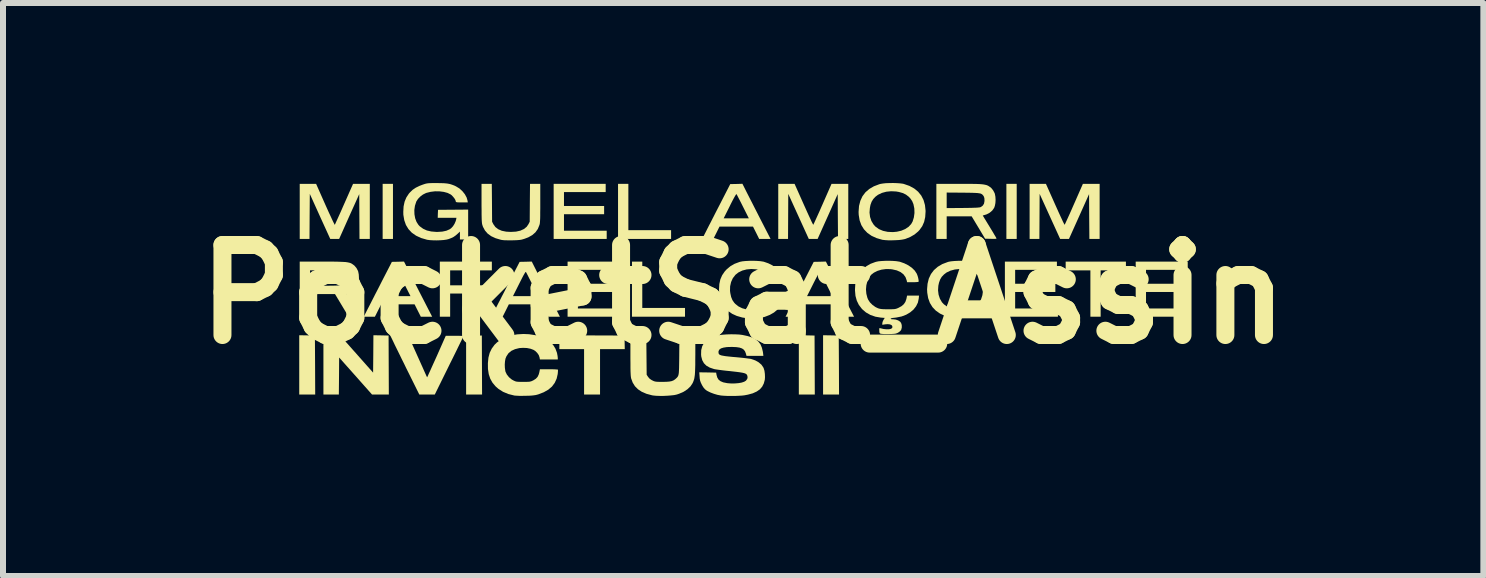
<source format=kicad_pcb>
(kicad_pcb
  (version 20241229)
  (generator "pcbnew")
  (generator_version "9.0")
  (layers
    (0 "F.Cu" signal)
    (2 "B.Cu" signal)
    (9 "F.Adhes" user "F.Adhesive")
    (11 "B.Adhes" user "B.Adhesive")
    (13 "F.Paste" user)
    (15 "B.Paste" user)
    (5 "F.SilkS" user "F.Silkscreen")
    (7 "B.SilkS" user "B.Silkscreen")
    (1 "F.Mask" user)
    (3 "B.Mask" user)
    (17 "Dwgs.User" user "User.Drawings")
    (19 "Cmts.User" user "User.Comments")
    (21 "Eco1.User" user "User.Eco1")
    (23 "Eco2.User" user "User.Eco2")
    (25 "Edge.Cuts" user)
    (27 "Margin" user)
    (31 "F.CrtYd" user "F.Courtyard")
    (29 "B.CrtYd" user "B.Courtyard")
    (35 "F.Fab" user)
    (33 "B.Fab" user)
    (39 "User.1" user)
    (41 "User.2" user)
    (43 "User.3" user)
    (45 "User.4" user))
  (footprint "PocketSat_Assin"
    (layer "F.Cu")
    (at 9.336 1.855)
    (property "Reference" "PocketSat_Assin" (at 0 0 0) (layer "F.SilkS") (effects (font (size 1.5 1.5) (thickness 0.3))))
    (attr board_only exclude_from_pos_files exclude_from_bom)
    (fp_poly (pts (xy -7.268 0.684) (xy -7.138 0.687) (xy -7.135 1.178) (xy -7.133 1.67) (xy -7.266 1.67) (xy -7.399 1.67) (xy -7.399 1.176) (xy -7.399 0.682)) (stroke (width 0) (type solid)) (fill yes) (layer "F.SilkS"))
    (fp_poly (pts (xy -5.837 -1.382) (xy -5.837 -0.923) (xy -5.923 -0.923) (xy -6.009 -0.923) (xy -6.009 -1.382) (xy -6.009 -1.841) (xy -5.923 -1.841) (xy -5.837 -1.841)) (stroke (width 0) (type solid)) (fill yes) (layer "F.SilkS"))
    (fp_poly (pts (xy -4.487 0.684) (xy -4.356 0.687) (xy -4.354 1.178) (xy -4.352 1.67) (xy -4.485 1.67) (xy -4.618 1.67) (xy -4.618 1.176) (xy -4.618 0.682)) (stroke (width 0) (type solid)) (fill yes) (layer "F.SilkS"))
    (fp_poly (pts (xy 1.058 0.684) (xy 1.189 0.687) (xy 1.191 1.178) (xy 1.193 1.67) (xy 1.06 1.67) (xy 0.927 1.67) (xy 0.927 1.176) (xy 0.927 0.682)) (stroke (width 0) (type solid)) (fill yes) (layer "F.SilkS"))
    (fp_poly (pts (xy 1.461 0.684) (xy 1.592 0.687) (xy 1.595 1.178) (xy 1.597 1.67) (xy 1.464 1.67) (xy 1.331 1.67) (xy 1.331 1.176) (xy 1.331 0.682)) (stroke (width 0) (type solid)) (fill yes) (layer "F.SilkS"))
    (fp_poly (pts (xy 4.558 -1.382) (xy 4.558 -0.923) (xy 4.472 -0.923) (xy 4.386 -0.923) (xy 4.386 -1.382) (xy 4.386 -1.841) (xy 4.472 -1.841) (xy 4.558 -1.841)) (stroke (width 0) (type solid)) (fill yes) (layer "F.SilkS"))
    (fp_poly (pts (xy -1.914 -1.455) (xy -1.914 -1.069) (xy -1.558 -1.069) (xy -1.202 -1.069) (xy -1.202 -0.996) (xy -1.202 -0.923) (xy -1.644 -0.923) (xy -2.086 -0.923) (xy -2.086 -1.382) (xy -2.086 -1.841) (xy -2 -1.841) (xy -1.914 -1.841)) (stroke (width 0) (type solid)) (fill yes) (layer "F.SilkS"))
    (fp_poly (pts (xy -1.682 -0.159) (xy -1.682 0.227) (xy -1.326 0.227) (xy -0.97 0.227) (xy -0.97 0.3) (xy -0.97 0.373) (xy -1.412 0.373) (xy -1.854 0.373) (xy -1.854 -0.086) (xy -1.854 -0.545) (xy -1.768 -0.545) (xy -1.682 -0.545)) (stroke (width 0) (type solid)) (fill yes) (layer "F.SilkS"))
    (fp_poly (pts (xy -2.522 0.685) (xy -1.979 0.687) (xy -1.976 0.8) (xy -1.974 0.914) (xy -2.18 0.914) (xy -2.386 0.914) (xy -2.386 1.292) (xy -2.386 1.67) (xy -2.519 1.67) (xy -2.652 1.67) (xy -2.652 1.292) (xy -2.652 0.914) (xy -2.858 0.914) (xy -3.064 0.914) (xy -3.064 0.798) (xy -3.064 0.682)) (stroke (width 0) (type solid)) (fill yes) (layer "F.SilkS"))
    (fp_poly (pts (xy 6.378 -0.472) (xy 6.378 -0.399) (xy 6.168 -0.399) (xy 5.957 -0.399) (xy 5.957 -0.013) (xy 5.957 0.373) (xy 5.871 0.373) (xy 5.786 0.373) (xy 5.786 -0.013) (xy 5.786 -0.399) (xy 5.58 -0.399) (xy 5.374 -0.399) (xy 5.374 -0.472) (xy 5.374 -0.545) (xy 5.876 -0.545) (xy 6.378 -0.545)) (stroke (width 0) (type solid)) (fill yes) (layer "F.SilkS"))
    (fp_poly (pts (xy -4.189 -0.472) (xy -4.189 -0.399) (xy -4.537 -0.399) (xy -4.884 -0.399) (xy -4.884 -0.275) (xy -4.884 -0.15) (xy -4.55 -0.15) (xy -4.215 -0.15) (xy -4.215 -0.082) (xy -4.215 -0.013) (xy -4.55 -0.013) (xy -4.884 -0.013) (xy -4.884 0.18) (xy -4.884 0.373) (xy -4.97 0.373) (xy -5.056 0.373) (xy -5.056 -0.086) (xy -5.056 -0.545) (xy -4.622 -0.545) (xy -4.189 -0.545)) (stroke (width 0) (type solid)) (fill yes) (layer "F.SilkS"))
    (fp_poly (pts (xy -2.292 -1.773) (xy -2.292 -1.704) (xy -2.64 -1.704) (xy -2.987 -1.704) (xy -2.987 -1.588) (xy -2.987 -1.472) (xy -2.652 -1.472) (xy -2.318 -1.472) (xy -2.318 -1.403) (xy -2.318 -1.335) (xy -2.652 -1.335) (xy -2.987 -1.335) (xy -2.987 -1.197) (xy -2.987 -1.06) (xy -2.631 -1.06) (xy -2.275 -1.06) (xy -2.275 -0.991) (xy -2.275 -0.923) (xy -2.717 -0.923) (xy -3.159 -0.923) (xy -3.159 -1.382) (xy -3.159 -1.841) (xy -2.725 -1.841) (xy -2.292 -1.841)) (stroke (width 0) (type solid)) (fill yes) (layer "F.SilkS"))
    (fp_poly (pts (xy -2.06 -0.476) (xy -2.06 -0.408) (xy -2.408 -0.408) (xy -2.755 -0.408) (xy -2.755 -0.292) (xy -2.755 -0.176) (xy -2.421 -0.176) (xy -2.086 -0.176) (xy -2.086 -0.107) (xy -2.086 -0.039) (xy -2.421 -0.039) (xy -2.755 -0.039) (xy -2.755 0.099) (xy -2.755 0.236) (xy -2.399 0.236) (xy -2.043 0.236) (xy -2.043 0.305) (xy -2.043 0.373) (xy -2.485 0.373) (xy -2.927 0.373) (xy -2.927 -0.086) (xy -2.927 -0.545) (xy -2.494 -0.545) (xy -2.06 -0.545)) (stroke (width 0) (type solid)) (fill yes) (layer "F.SilkS"))
    (fp_poly (pts (xy 5.228 -0.476) (xy 5.228 -0.408) (xy 4.88 -0.408) (xy 4.532 -0.408) (xy 4.532 -0.292) (xy 4.532 -0.176) (xy 4.867 -0.176) (xy 5.202 -0.176) (xy 5.202 -0.107) (xy 5.202 -0.039) (xy 4.867 -0.039) (xy 4.532 -0.039) (xy 4.532 0.099) (xy 4.532 0.236) (xy 4.889 0.236) (xy 5.245 0.236) (xy 5.245 0.305) (xy 5.245 0.373) (xy 4.803 0.373) (xy 4.361 0.373) (xy 4.361 -0.086) (xy 4.361 -0.545) (xy 4.794 -0.545) (xy 5.228 -0.545)) (stroke (width 0) (type solid)) (fill yes) (layer "F.SilkS"))
    (fp_poly (pts (xy 7.408 -0.476) (xy 7.408 -0.408) (xy 7.06 -0.408) (xy 6.713 -0.408) (xy 6.713 -0.292) (xy 6.713 -0.176) (xy 7.047 -0.176) (xy 7.382 -0.176) (xy 7.382 -0.107) (xy 7.382 -0.039) (xy 7.047 -0.039) (xy 6.713 -0.039) (xy 6.713 0.099) (xy 6.713 0.236) (xy 7.069 0.236) (xy 7.425 0.236) (xy 7.425 0.305) (xy 7.425 0.373) (xy 6.983 0.373) (xy 6.541 0.373) (xy 6.541 -0.086) (xy 6.541 -0.545) (xy 6.974 -0.545) (xy 7.408 -0.545)) (stroke (width 0) (type solid)) (fill yes) (layer "F.SilkS"))
    (fp_poly (pts (xy -6.037 0.684) (xy -5.91 0.687) (xy -5.908 1.178) (xy -5.906 1.67) (xy -6.046 1.67) (xy -6.186 1.67) (xy -6.46 1.361) (xy -6.734 1.053) (xy -6.736 1.361) (xy -6.739 1.67) (xy -6.867 1.67) (xy -6.996 1.67) (xy -6.996 1.176) (xy -6.996 0.682) (xy -6.859 0.682) (xy -6.722 0.682) (xy -6.696 0.71) (xy -6.685 0.723) (xy -6.664 0.746) (xy -6.634 0.78) (xy -6.596 0.822) (xy -6.553 0.871) (xy -6.505 0.925) (xy -6.453 0.983) (xy -6.419 1.022) (xy -6.168 1.305) (xy -6.165 0.994) (xy -6.163 0.682)) (stroke (width 0) (type solid)) (fill yes) (layer "F.SilkS"))
    (fp_poly (pts (xy -6.966 -1.498) (xy -6.934 -1.427) (xy -6.904 -1.36) (xy -6.876 -1.301) (xy -6.853 -1.25) (xy -6.833 -1.208) (xy -6.818 -1.179) (xy -6.81 -1.162) (xy -6.807 -1.159) (xy -6.802 -1.167) (xy -6.792 -1.19) (xy -6.776 -1.225) (xy -6.755 -1.271) (xy -6.73 -1.326) (xy -6.702 -1.388) (xy -6.672 -1.457) (xy -6.652 -1.502) (xy -6.502 -1.841) (xy -6.363 -1.841) (xy -6.223 -1.841) (xy -6.223 -1.382) (xy -6.223 -0.923) (xy -6.309 -0.923) (xy -6.395 -0.923) (xy -6.397 -1.296) (xy -6.399 -1.67) (xy -6.567 -1.297) (xy -6.734 -0.923) (xy -6.808 -0.923) (xy -6.882 -0.923) (xy -7.053 -1.298) (xy -7.223 -1.674) (xy -7.226 -1.298) (xy -7.228 -0.923) (xy -7.309 -0.923) (xy -7.391 -0.923) (xy -7.391 -1.382) (xy -7.391 -1.841) (xy -7.254 -1.841) (xy -7.118 -1.841)) (stroke (width 0) (type solid)) (fill yes) (layer "F.SilkS"))
    (fp_poly (pts (xy 1.009 -1.498) (xy 1.041 -1.427) (xy 1.071 -1.36) (xy 1.098 -1.301) (xy 1.122 -1.25) (xy 1.141 -1.208) (xy 1.156 -1.179) (xy 1.165 -1.162) (xy 1.167 -1.159) (xy 1.172 -1.167) (xy 1.183 -1.19) (xy 1.199 -1.225) (xy 1.22 -1.271) (xy 1.245 -1.326) (xy 1.273 -1.388) (xy 1.303 -1.457) (xy 1.323 -1.502) (xy 1.472 -1.841) (xy 1.612 -1.841) (xy 1.751 -1.841) (xy 1.751 -1.382) (xy 1.751 -0.923) (xy 1.665 -0.923) (xy 1.58 -0.923) (xy 1.577 -1.296) (xy 1.575 -1.67) (xy 1.408 -1.297) (xy 1.24 -0.923) (xy 1.167 -0.923) (xy 1.093 -0.923) (xy 0.922 -1.298) (xy 0.751 -1.674) (xy 0.749 -1.298) (xy 0.747 -0.923) (xy 0.665 -0.923) (xy 0.584 -0.923) (xy 0.584 -1.382) (xy 0.584 -1.841) (xy 0.72 -1.841) (xy 0.856 -1.841)) (stroke (width 0) (type solid)) (fill yes) (layer "F.SilkS"))
    (fp_poly (pts (xy 5.198 -1.498) (xy 5.23 -1.427) (xy 5.26 -1.36) (xy 5.287 -1.301) (xy 5.311 -1.25) (xy 5.33 -1.208) (xy 5.345 -1.179) (xy 5.354 -1.162) (xy 5.356 -1.159) (xy 5.361 -1.167) (xy 5.372 -1.19) (xy 5.388 -1.225) (xy 5.409 -1.271) (xy 5.434 -1.326) (xy 5.462 -1.388) (xy 5.492 -1.457) (xy 5.512 -1.502) (xy 5.661 -1.841) (xy 5.801 -1.841) (xy 5.94 -1.841) (xy 5.94 -1.382) (xy 5.94 -0.923) (xy 5.854 -0.923) (xy 5.769 -0.923) (xy 5.766 -1.296) (xy 5.764 -1.67) (xy 5.597 -1.297) (xy 5.429 -0.923) (xy 5.356 -0.923) (xy 5.282 -0.923) (xy 5.111 -1.298) (xy 4.94 -1.674) (xy 4.938 -1.298) (xy 4.936 -0.923) (xy 4.854 -0.923) (xy 4.773 -0.923) (xy 4.773 -1.382) (xy 4.773 -1.841) (xy 4.909 -1.841) (xy 5.045 -1.841)) (stroke (width 0) (type solid)) (fill yes) (layer "F.SilkS"))
    (fp_poly (pts (xy -5.729 0.693) (xy -5.578 0.695) (xy -5.424 1.038) (xy -5.392 1.109) (xy -5.362 1.176) (xy -5.335 1.236) (xy -5.312 1.288) (xy -5.293 1.33) (xy -5.279 1.361) (xy -5.27 1.379) (xy -5.268 1.383) (xy -5.264 1.376) (xy -5.254 1.355) (xy -5.239 1.321) (xy -5.218 1.276) (xy -5.194 1.222) (xy -5.166 1.16) (xy -5.135 1.092) (xy -5.111 1.039) (xy -4.957 0.691) (xy -4.809 0.691) (xy -4.761 0.691) (xy -4.719 0.692) (xy -4.687 0.693) (xy -4.667 0.694) (xy -4.661 0.695) (xy -4.665 0.704) (xy -4.675 0.726) (xy -4.692 0.761) (xy -4.715 0.807) (xy -4.743 0.864) (xy -4.775 0.93) (xy -4.811 1.003) (xy -4.85 1.082) (xy -4.892 1.166) (xy -4.901 1.185) (xy -5.14 1.67) (xy -5.269 1.67) (xy -5.398 1.67) (xy -5.576 1.311) (xy -5.615 1.233) (xy -5.653 1.154) (xy -5.691 1.078) (xy -5.726 1.006) (xy -5.758 0.941) (xy -5.785 0.886) (xy -5.807 0.842) (xy -5.816 0.822) (xy -5.879 0.691)) (stroke (width 0) (type solid)) (fill yes) (layer "F.SilkS"))
    (fp_poly (pts (xy -5.573 -0.389) (xy -5.551 -0.344) (xy -5.522 -0.287) (xy -5.488 -0.22) (xy -5.451 -0.148) (xy -5.412 -0.071) (xy -5.373 0.005) (xy -5.339 0.071) (xy -5.184 0.373) (xy -5.279 0.373) (xy -5.373 0.373) (xy -5.425 0.27) (xy -5.477 0.167) (xy -5.756 0.167) (xy -6.034 0.167) (xy -6.086 0.27) (xy -6.138 0.373) (xy -6.231 0.373) (xy -6.324 0.373) (xy -6.255 0.238) (xy -6.235 0.2) (xy -6.209 0.149) (xy -6.178 0.088) (xy -6.148 0.03) (xy -5.966 0.03) (xy -5.756 0.03) (xy -5.545 0.03) (xy -5.644 -0.165) (xy -5.671 -0.219) (xy -5.696 -0.268) (xy -5.717 -0.31) (xy -5.734 -0.343) (xy -5.746 -0.365) (xy -5.75 -0.373) (xy -5.755 -0.372) (xy -5.764 -0.362) (xy -5.777 -0.34) (xy -5.796 -0.307) (xy -5.82 -0.26) (xy -5.851 -0.199) (xy -5.862 -0.177) (xy -5.966 0.03) (xy -6.148 0.03) (xy -6.143 0.019) (xy -6.105 -0.054) (xy -6.066 -0.13) (xy -6.028 -0.205) (xy -6.021 -0.219) (xy -5.855 -0.541) (xy -5.754 -0.543) (xy -5.653 -0.546)) (stroke (width 0) (type solid)) (fill yes) (layer "F.SilkS"))
    (fp_poly (pts (xy -3.445 -0.389) (xy -3.422 -0.344) (xy -3.393 -0.287) (xy -3.359 -0.22) (xy -3.322 -0.148) (xy -3.283 -0.071) (xy -3.244 0.005) (xy -3.21 0.071) (xy -3.055 0.373) (xy -3.15 0.373) (xy -3.245 0.373) (xy -3.296 0.27) (xy -3.348 0.167) (xy -3.627 0.167) (xy -3.906 0.167) (xy -3.957 0.27) (xy -4.009 0.373) (xy -4.102 0.373) (xy -4.195 0.373) (xy -4.126 0.238) (xy -4.107 0.2) (xy -4.081 0.149) (xy -4.049 0.088) (xy -4.02 0.03) (xy -3.837 0.03) (xy -3.627 0.03) (xy -3.416 0.03) (xy -3.515 -0.165) (xy -3.542 -0.219) (xy -3.567 -0.268) (xy -3.588 -0.31) (xy -3.605 -0.343) (xy -3.617 -0.365) (xy -3.621 -0.373) (xy -3.626 -0.372) (xy -3.635 -0.362) (xy -3.648 -0.34) (xy -3.667 -0.307) (xy -3.691 -0.26) (xy -3.722 -0.199) (xy -3.733 -0.177) (xy -3.837 0.03) (xy -4.02 0.03) (xy -4.014 0.019) (xy -3.976 -0.054) (xy -3.938 -0.13) (xy -3.899 -0.205) (xy -3.892 -0.219) (xy -3.726 -0.541) (xy -3.625 -0.543) (xy -3.524 -0.546)) (stroke (width 0) (type solid)) (fill yes) (layer "F.SilkS"))
    (fp_poly (pts (xy 0.066 -1.685) (xy 0.089 -1.64) (xy 0.118 -1.583) (xy 0.152 -1.517) (xy 0.189 -1.444) (xy 0.228 -1.368) (xy 0.267 -1.291) (xy 0.301 -1.225) (xy 0.456 -0.923) (xy 0.361 -0.923) (xy 0.266 -0.923) (xy 0.215 -1.026) (xy 0.163 -1.129) (xy -0.116 -1.129) (xy -0.395 -1.129) (xy -0.446 -1.026) (xy -0.498 -0.923) (xy -0.591 -0.923) (xy -0.684 -0.923) (xy -0.615 -1.058) (xy -0.596 -1.096) (xy -0.57 -1.147) (xy -0.538 -1.208) (xy -0.509 -1.266) (xy -0.326 -1.266) (xy -0.116 -1.266) (xy 0.094 -1.266) (xy -0.004 -1.461) (xy -0.031 -1.515) (xy -0.056 -1.564) (xy -0.078 -1.606) (xy -0.095 -1.639) (xy -0.106 -1.661) (xy -0.11 -1.669) (xy -0.115 -1.668) (xy -0.124 -1.658) (xy -0.137 -1.637) (xy -0.156 -1.603) (xy -0.181 -1.556) (xy -0.212 -1.495) (xy -0.222 -1.474) (xy -0.326 -1.266) (xy -0.509 -1.266) (xy -0.503 -1.277) (xy -0.466 -1.35) (xy -0.427 -1.426) (xy -0.388 -1.501) (xy -0.381 -1.515) (xy -0.216 -1.837) (xy -0.114 -1.839) (xy -0.013 -1.842)) (stroke (width 0) (type solid)) (fill yes) (layer "F.SilkS"))
    (fp_poly (pts (xy 1.457 -0.389) (xy 1.479 -0.344) (xy 1.508 -0.287) (xy 1.542 -0.22) (xy 1.579 -0.148) (xy 1.618 -0.071) (xy 1.658 0.005) (xy 1.691 0.071) (xy 1.847 0.373) (xy 1.752 0.373) (xy 1.657 0.373) (xy 1.605 0.27) (xy 1.554 0.167) (xy 1.275 0.167) (xy 0.996 0.167) (xy 0.944 0.27) (xy 0.893 0.373) (xy 0.799 0.373) (xy 0.706 0.373) (xy 0.775 0.238) (xy 0.795 0.2) (xy 0.821 0.149) (xy 0.852 0.088) (xy 0.882 0.03) (xy 1.064 0.03) (xy 1.275 0.03) (xy 1.485 0.03) (xy 1.387 -0.165) (xy 1.36 -0.219) (xy 1.335 -0.268) (xy 1.313 -0.31) (xy 1.296 -0.343) (xy 1.285 -0.365) (xy 1.28 -0.373) (xy 1.275 -0.372) (xy 1.267 -0.362) (xy 1.253 -0.34) (xy 1.235 -0.307) (xy 1.21 -0.26) (xy 1.179 -0.199) (xy 1.168 -0.177) (xy 1.064 0.03) (xy 0.882 0.03) (xy 0.887 0.019) (xy 0.925 -0.054) (xy 0.964 -0.13) (xy 1.003 -0.205) (xy 1.01 -0.219) (xy 1.175 -0.541) (xy 1.276 -0.543) (xy 1.378 -0.546)) (stroke (width 0) (type solid)) (fill yes) (layer "F.SilkS"))
    (fp_poly (pts (xy -4.187 -1.526) (xy -4.185 -1.21) (xy -4.163 -1.167) (xy -4.13 -1.121) (xy -4.083 -1.085) (xy -4.023 -1.059) (xy -3.949 -1.044) (xy -3.871 -1.04) (xy -3.786 -1.045) (xy -3.714 -1.061) (xy -3.655 -1.088) (xy -3.609 -1.125) (xy -3.58 -1.167) (xy -3.558 -1.21) (xy -3.556 -1.526) (xy -3.553 -1.841) (xy -3.468 -1.841) (xy -3.382 -1.841) (xy -3.382 -1.521) (xy -3.382 -1.435) (xy -3.383 -1.364) (xy -3.383 -1.307) (xy -3.384 -1.262) (xy -3.386 -1.226) (xy -3.388 -1.199) (xy -3.39 -1.178) (xy -3.394 -1.162) (xy -3.396 -1.155) (xy -3.423 -1.089) (xy -3.462 -1.034) (xy -3.514 -0.988) (xy -3.581 -0.95) (xy -3.644 -0.926) (xy -3.673 -0.917) (xy -3.7 -0.91) (xy -3.728 -0.906) (xy -3.763 -0.903) (xy -3.808 -0.901) (xy -3.85 -0.9) (xy -3.92 -0.9) (xy -3.976 -0.901) (xy -4.018 -0.905) (xy -4.039 -0.909) (xy -4.127 -0.935) (xy -4.2 -0.969) (xy -4.259 -1.012) (xy -4.304 -1.064) (xy -4.337 -1.125) (xy -4.347 -1.155) (xy -4.351 -1.169) (xy -4.354 -1.188) (xy -4.356 -1.211) (xy -4.358 -1.242) (xy -4.359 -1.282) (xy -4.36 -1.333) (xy -4.36 -1.396) (xy -4.361 -1.474) (xy -4.361 -1.521) (xy -4.361 -1.841) (xy -4.275 -1.841) (xy -4.19 -1.841)) (stroke (width 0) (type solid)) (fill yes) (layer "F.SilkS"))
    (fp_poly (pts (xy -1.612 1.016) (xy -1.609 1.34) (xy -1.585 1.377) (xy -1.559 1.407) (xy -1.523 1.431) (xy -1.512 1.436) (xy -1.492 1.446) (xy -1.473 1.452) (xy -1.452 1.456) (xy -1.426 1.458) (xy -1.39 1.459) (xy -1.343 1.459) (xy -1.281 1.458) (xy -1.232 1.454) (xy -1.194 1.447) (xy -1.163 1.435) (xy -1.137 1.418) (xy -1.122 1.405) (xy -1.108 1.392) (xy -1.098 1.381) (xy -1.089 1.368) (xy -1.082 1.353) (xy -1.077 1.334) (xy -1.073 1.308) (xy -1.071 1.275) (xy -1.069 1.231) (xy -1.068 1.176) (xy -1.067 1.108) (xy -1.066 1.024) (xy -1.066 1.011) (xy -1.063 0.691) (xy -0.931 0.691) (xy -0.798 0.691) (xy -0.798 1.006) (xy -0.799 1.1) (xy -0.799 1.178) (xy -0.801 1.243) (xy -0.803 1.297) (xy -0.806 1.341) (xy -0.811 1.377) (xy -0.816 1.407) (xy -0.824 1.433) (xy -0.833 1.457) (xy -0.843 1.48) (xy -0.878 1.533) (xy -0.928 1.581) (xy -0.991 1.623) (xy -1.066 1.656) (xy -1.107 1.67) (xy -1.148 1.679) (xy -1.202 1.685) (xy -1.264 1.69) (xy -1.329 1.693) (xy -1.393 1.693) (xy -1.452 1.691) (xy -1.501 1.686) (xy -1.519 1.683) (xy -1.612 1.658) (xy -1.689 1.625) (xy -1.753 1.583) (xy -1.804 1.532) (xy -1.842 1.471) (xy -1.868 1.4) (xy -1.868 1.399) (xy -1.871 1.383) (xy -1.874 1.358) (xy -1.876 1.324) (xy -1.878 1.279) (xy -1.879 1.222) (xy -1.879 1.151) (xy -1.88 1.064) (xy -1.88 1.024) (xy -1.88 0.691) (xy -1.747 0.691) (xy -1.615 0.691)) (stroke (width 0) (type solid)) (fill yes) (layer "F.SilkS"))
    (fp_poly (pts (xy -6.92 -0.545) (xy -6.837 -0.545) (xy -6.768 -0.544) (xy -6.712 -0.542) (xy -6.666 -0.54) (xy -6.628 -0.538) (xy -6.599 -0.534) (xy -6.574 -0.529) (xy -6.554 -0.524) (xy -6.536 -0.517) (xy -6.523 -0.51) (xy -6.481 -0.48) (xy -6.445 -0.438) (xy -6.42 -0.39) (xy -6.416 -0.377) (xy -6.407 -0.331) (xy -6.404 -0.278) (xy -6.407 -0.226) (xy -6.415 -0.178) (xy -6.428 -0.145) (xy -6.459 -0.101) (xy -6.502 -0.064) (xy -6.553 -0.037) (xy -6.568 -0.032) (xy -6.618 -0.016) (xy -6.505 0.168) (xy -6.474 0.219) (xy -6.446 0.265) (xy -6.422 0.305) (xy -6.404 0.336) (xy -6.392 0.356) (xy -6.389 0.363) (xy -6.39 0.368) (xy -6.401 0.371) (xy -6.424 0.372) (xy -6.46 0.372) (xy -6.482 0.372) (xy -6.579 0.369) (xy -6.691 0.182) (xy -6.803 -0.004) (xy -7.011 -0.004) (xy -7.219 -0.004) (xy -7.219 0.185) (xy -7.219 0.373) (xy -7.305 0.373) (xy -7.391 0.373) (xy -7.391 -0.086) (xy -7.391 -0.27) (xy -7.219 -0.27) (xy -7.219 -0.141) (xy -6.947 -0.143) (xy -6.868 -0.144) (xy -6.804 -0.145) (xy -6.754 -0.147) (xy -6.716 -0.148) (xy -6.688 -0.15) (xy -6.668 -0.153) (xy -6.655 -0.156) (xy -6.649 -0.159) (xy -6.616 -0.183) (xy -6.597 -0.215) (xy -6.589 -0.258) (xy -6.588 -0.27) (xy -6.591 -0.307) (xy -6.598 -0.332) (xy -6.606 -0.345) (xy -6.616 -0.358) (xy -6.627 -0.369) (xy -6.639 -0.377) (xy -6.656 -0.383) (xy -6.678 -0.388) (xy -6.708 -0.392) (xy -6.748 -0.394) (xy -6.799 -0.396) (xy -6.864 -0.397) (xy -6.944 -0.398) (xy -6.947 -0.398) (xy -7.219 -0.4) (xy -7.219 -0.27) (xy -7.391 -0.27) (xy -7.391 -0.545) (xy -7.018 -0.545)) (stroke (width 0) (type solid)) (fill yes) (layer "F.SilkS"))
    (fp_poly (pts (xy 3.69 -1.841) (xy 3.773 -1.841) (xy 3.842 -1.84) (xy 3.898 -1.839) (xy 3.944 -1.837) (xy 3.981 -1.834) (xy 4.011 -1.83) (xy 4.035 -1.825) (xy 4.056 -1.82) (xy 4.073 -1.813) (xy 4.087 -1.806) (xy 4.129 -1.777) (xy 4.164 -1.735) (xy 4.19 -1.686) (xy 4.194 -1.673) (xy 4.203 -1.627) (xy 4.206 -1.574) (xy 4.203 -1.522) (xy 4.194 -1.475) (xy 4.182 -1.441) (xy 4.151 -1.397) (xy 4.108 -1.36) (xy 4.057 -1.333) (xy 4.042 -1.328) (xy 3.992 -1.313) (xy 4.105 -1.128) (xy 4.136 -1.077) (xy 4.164 -1.031) (xy 4.187 -0.991) (xy 4.206 -0.96) (xy 4.217 -0.94) (xy 4.221 -0.933) (xy 4.219 -0.928) (xy 4.208 -0.925) (xy 4.186 -0.924) (xy 4.149 -0.924) (xy 4.128 -0.925) (xy 4.031 -0.927) (xy 3.919 -1.114) (xy 3.807 -1.3) (xy 3.599 -1.3) (xy 3.391 -1.3) (xy 3.391 -1.112) (xy 3.391 -0.923) (xy 3.305 -0.923) (xy 3.219 -0.923) (xy 3.219 -1.382) (xy 3.219 -1.567) (xy 3.391 -1.567) (xy 3.391 -1.437) (xy 3.663 -1.439) (xy 3.742 -1.44) (xy 3.806 -1.441) (xy 3.856 -1.443) (xy 3.894 -1.444) (xy 3.922 -1.447) (xy 3.942 -1.449) (xy 3.955 -1.453) (xy 3.961 -1.455) (xy 3.993 -1.479) (xy 4.013 -1.511) (xy 4.021 -1.554) (xy 4.021 -1.567) (xy 4.019 -1.603) (xy 4.011 -1.628) (xy 4.004 -1.641) (xy 3.993 -1.654) (xy 3.983 -1.665) (xy 3.97 -1.673) (xy 3.954 -1.68) (xy 3.931 -1.684) (xy 3.901 -1.688) (xy 3.862 -1.69) (xy 3.81 -1.692) (xy 3.746 -1.693) (xy 3.666 -1.694) (xy 3.663 -1.694) (xy 3.391 -1.696) (xy 3.391 -1.567) (xy 3.219 -1.567) (xy 3.219 -1.841) (xy 3.592 -1.841)) (stroke (width 0) (type solid)) (fill yes) (layer "F.SilkS"))
    (fp_poly (pts (xy 2.56 -1.853) (xy 2.616 -1.849) (xy 2.662 -1.843) (xy 2.678 -1.839) (xy 2.77 -1.807) (xy 2.849 -1.764) (xy 2.915 -1.71) (xy 2.967 -1.646) (xy 3.005 -1.572) (xy 3.029 -1.488) (xy 3.039 -1.395) (xy 3.039 -1.378) (xy 3.033 -1.287) (xy 3.015 -1.207) (xy 2.984 -1.136) (xy 2.939 -1.073) (xy 2.915 -1.047) (xy 2.855 -0.997) (xy 2.784 -0.956) (xy 2.705 -0.924) (xy 2.682 -0.918) (xy 2.645 -0.911) (xy 2.596 -0.905) (xy 2.539 -0.902) (xy 2.478 -0.9) (xy 2.419 -0.9) (xy 2.367 -0.903) (xy 2.325 -0.908) (xy 2.318 -0.909) (xy 2.222 -0.937) (xy 2.139 -0.975) (xy 2.069 -1.024) (xy 2.012 -1.084) (xy 1.969 -1.153) (xy 1.94 -1.233) (xy 1.925 -1.323) (xy 1.923 -1.363) (xy 2.105 -1.363) (xy 2.114 -1.29) (xy 2.136 -1.223) (xy 2.171 -1.165) (xy 2.203 -1.129) (xy 2.261 -1.087) (xy 2.33 -1.058) (xy 2.408 -1.041) (xy 2.493 -1.037) (xy 2.56 -1.043) (xy 2.634 -1.06) (xy 2.7 -1.088) (xy 2.756 -1.125) (xy 2.799 -1.171) (xy 2.823 -1.213) (xy 2.844 -1.281) (xy 2.854 -1.355) (xy 2.852 -1.428) (xy 2.85 -1.439) (xy 2.837 -1.502) (xy 2.816 -1.553) (xy 2.787 -1.596) (xy 2.759 -1.626) (xy 2.712 -1.662) (xy 2.658 -1.688) (xy 2.594 -1.706) (xy 2.548 -1.714) (xy 2.465 -1.718) (xy 2.385 -1.71) (xy 2.311 -1.69) (xy 2.247 -1.659) (xy 2.203 -1.626) (xy 2.167 -1.587) (xy 2.14 -1.543) (xy 2.121 -1.491) (xy 2.111 -1.439) (xy 2.105 -1.363) (xy 1.923 -1.363) (xy 1.923 -1.378) (xy 1.93 -1.473) (xy 1.952 -1.558) (xy 1.987 -1.634) (xy 2.037 -1.7) (xy 2.1 -1.755) (xy 2.177 -1.8) (xy 2.266 -1.834) (xy 2.283 -1.839) (xy 2.323 -1.846) (xy 2.375 -1.852) (xy 2.435 -1.854) (xy 2.498 -1.855)) (stroke (width 0) (type solid)) (fill yes) (layer "F.SilkS"))
    (fp_poly (pts (xy 3.702 -0.557) (xy 3.758 -0.553) (xy 3.804 -0.546) (xy 3.82 -0.543) (xy 3.912 -0.511) (xy 3.991 -0.467) (xy 4.056 -0.414) (xy 4.108 -0.35) (xy 4.146 -0.276) (xy 4.17 -0.192) (xy 4.18 -0.099) (xy 4.18 -0.082) (xy 4.174 0.009) (xy 4.156 0.089) (xy 4.125 0.16) (xy 4.081 0.224) (xy 4.057 0.25) (xy 3.997 0.299) (xy 3.925 0.34) (xy 3.846 0.372) (xy 3.824 0.379) (xy 3.787 0.386) (xy 3.738 0.391) (xy 3.68 0.395) (xy 3.62 0.396) (xy 3.561 0.396) (xy 3.508 0.393) (xy 3.467 0.388) (xy 3.459 0.387) (xy 3.363 0.36) (xy 3.28 0.321) (xy 3.21 0.272) (xy 3.154 0.213) (xy 3.111 0.143) (xy 3.082 0.063) (xy 3.067 -0.027) (xy 3.065 -0.067) (xy 3.247 -0.067) (xy 3.256 0.006) (xy 3.278 0.073) (xy 3.312 0.132) (xy 3.345 0.167) (xy 3.403 0.209) (xy 3.472 0.239) (xy 3.55 0.255) (xy 3.635 0.259) (xy 3.701 0.253) (xy 3.776 0.236) (xy 3.842 0.208) (xy 3.897 0.171) (xy 3.94 0.125) (xy 3.964 0.083) (xy 3.986 0.015) (xy 3.996 -0.058) (xy 3.994 -0.131) (xy 3.992 -0.143) (xy 3.978 -0.206) (xy 3.958 -0.257) (xy 3.929 -0.3) (xy 3.9 -0.33) (xy 3.853 -0.366) (xy 3.8 -0.392) (xy 3.736 -0.41) (xy 3.69 -0.418) (xy 3.607 -0.422) (xy 3.527 -0.414) (xy 3.453 -0.394) (xy 3.388 -0.363) (xy 3.345 -0.33) (xy 3.308 -0.291) (xy 3.282 -0.247) (xy 3.263 -0.194) (xy 3.252 -0.143) (xy 3.247 -0.067) (xy 3.065 -0.067) (xy 3.064 -0.082) (xy 3.072 -0.176) (xy 3.093 -0.262) (xy 3.129 -0.338) (xy 3.178 -0.403) (xy 3.242 -0.459) (xy 3.318 -0.504) (xy 3.408 -0.538) (xy 3.425 -0.543) (xy 3.465 -0.55) (xy 3.517 -0.555) (xy 3.577 -0.558) (xy 3.64 -0.559)) (stroke (width 0) (type solid)) (fill yes) (layer "F.SilkS"))
    (fp_poly (pts (xy 0.225 -0.557) (xy 0.281 -0.553) (xy 0.327 -0.546) (xy 0.343 -0.543) (xy 0.418 -0.517) (xy 0.486 -0.483) (xy 0.545 -0.442) (xy 0.592 -0.396) (xy 0.625 -0.346) (xy 0.626 -0.344) (xy 0.637 -0.317) (xy 0.647 -0.285) (xy 0.654 -0.254) (xy 0.658 -0.227) (xy 0.657 -0.211) (xy 0.656 -0.209) (xy 0.646 -0.206) (xy 0.623 -0.204) (xy 0.589 -0.202) (xy 0.558 -0.202) (xy 0.465 -0.202) (xy 0.459 -0.23) (xy 0.438 -0.285) (xy 0.404 -0.333) (xy 0.357 -0.371) (xy 0.299 -0.397) (xy 0.297 -0.398) (xy 0.215 -0.417) (xy 0.134 -0.422) (xy 0.057 -0.415) (xy -0.015 -0.396) (xy -0.079 -0.365) (xy -0.131 -0.324) (xy -0.131 -0.323) (xy -0.173 -0.269) (xy -0.202 -0.205) (xy -0.218 -0.134) (xy -0.22 -0.059) (xy -0.215 -0.02) (xy -0.201 0.044) (xy -0.18 0.096) (xy -0.15 0.14) (xy -0.131 0.16) (xy -0.08 0.201) (xy -0.017 0.232) (xy 0.055 0.252) (xy 0.132 0.259) (xy 0.185 0.257) (xy 0.266 0.243) (xy 0.333 0.22) (xy 0.386 0.187) (xy 0.426 0.144) (xy 0.451 0.091) (xy 0.459 0.058) (xy 0.465 0.021) (xy 0.564 0.021) (xy 0.663 0.021) (xy 0.659 0.071) (xy 0.644 0.138) (xy 0.614 0.199) (xy 0.57 0.255) (xy 0.513 0.303) (xy 0.443 0.343) (xy 0.363 0.374) (xy 0.348 0.379) (xy 0.309 0.386) (xy 0.259 0.391) (xy 0.201 0.395) (xy 0.14 0.396) (xy 0.081 0.396) (xy 0.028 0.393) (xy -0.012 0.387) (xy -0.017 0.386) (xy -0.107 0.36) (xy -0.184 0.325) (xy -0.25 0.279) (xy -0.291 0.24) (xy -0.339 0.176) (xy -0.374 0.106) (xy -0.395 0.026) (xy -0.403 -0.063) (xy -0.403 -0.082) (xy -0.398 -0.171) (xy -0.381 -0.249) (xy -0.351 -0.318) (xy -0.308 -0.381) (xy -0.275 -0.417) (xy -0.214 -0.468) (xy -0.145 -0.508) (xy -0.065 -0.538) (xy -0.052 -0.542) (xy -0.012 -0.55) (xy 0.04 -0.555) (xy 0.1 -0.558) (xy 0.163 -0.559)) (stroke (width 0) (type solid)) (fill yes) (layer "F.SilkS"))
    (fp_poly (pts (xy -3.569 0.665) (xy -3.464 0.681) (xy -3.37 0.707) (xy -3.29 0.743) (xy -3.222 0.788) (xy -3.168 0.843) (xy -3.129 0.906) (xy -3.103 0.977) (xy -3.1 0.995) (xy -3.094 1.026) (xy -3.091 1.053) (xy -3.09 1.066) (xy -3.09 1.086) (xy -3.239 1.086) (xy -3.388 1.086) (xy -3.394 1.052) (xy -3.407 1.014) (xy -3.433 0.976) (xy -3.466 0.944) (xy -3.494 0.926) (xy -3.544 0.907) (xy -3.604 0.895) (xy -3.668 0.892) (xy -3.731 0.896) (xy -3.803 0.914) (xy -3.864 0.942) (xy -3.912 0.982) (xy -3.946 1.033) (xy -3.962 1.072) (xy -3.97 1.117) (xy -3.974 1.17) (xy -3.972 1.225) (xy -3.965 1.274) (xy -3.962 1.289) (xy -3.939 1.337) (xy -3.903 1.382) (xy -3.857 1.42) (xy -3.83 1.435) (xy -3.809 1.445) (xy -3.791 1.452) (xy -3.771 1.456) (xy -3.745 1.458) (xy -3.71 1.459) (xy -3.665 1.459) (xy -3.618 1.459) (xy -3.584 1.458) (xy -3.559 1.456) (xy -3.539 1.451) (xy -3.521 1.445) (xy -3.5 1.434) (xy -3.498 1.434) (xy -3.456 1.407) (xy -3.427 1.376) (xy -3.408 1.336) (xy -3.398 1.3) (xy -3.388 1.249) (xy -3.24 1.249) (xy -3.191 1.249) (xy -3.149 1.25) (xy -3.115 1.252) (xy -3.094 1.254) (xy -3.088 1.255) (xy -3.087 1.266) (xy -3.088 1.29) (xy -3.091 1.321) (xy -3.091 1.326) (xy -3.109 1.405) (xy -3.141 1.475) (xy -3.187 1.537) (xy -3.248 1.589) (xy -3.324 1.632) (xy -3.414 1.667) (xy -3.425 1.67) (xy -3.455 1.678) (xy -3.487 1.683) (xy -3.523 1.687) (xy -3.569 1.69) (xy -3.628 1.691) (xy -3.631 1.691) (xy -3.682 1.692) (xy -3.73 1.692) (xy -3.771 1.69) (xy -3.802 1.688) (xy -3.813 1.687) (xy -3.913 1.662) (xy -4.002 1.625) (xy -4.079 1.576) (xy -4.125 1.536) (xy -4.177 1.475) (xy -4.216 1.406) (xy -4.241 1.33) (xy -4.254 1.244) (xy -4.255 1.147) (xy -4.255 1.147) (xy -4.246 1.055) (xy -4.225 0.975) (xy -4.191 0.905) (xy -4.145 0.842) (xy -4.105 0.803) (xy -4.037 0.753) (xy -3.957 0.714) (xy -3.866 0.685) (xy -3.767 0.667) (xy -3.662 0.661)) (stroke (width 0) (type solid)) (fill yes) (layer "F.SilkS"))
    (fp_poly (pts (xy -5.036 -1.853) (xy -4.978 -1.851) (xy -4.93 -1.846) (xy -4.888 -1.838) (xy -4.85 -1.826) (xy -4.811 -1.811) (xy -4.785 -1.798) (xy -4.729 -1.764) (xy -4.68 -1.719) (xy -4.639 -1.668) (xy -4.609 -1.613) (xy -4.595 -1.564) (xy -4.59 -1.532) (xy -4.69 -1.532) (xy -4.733 -1.532) (xy -4.761 -1.533) (xy -4.778 -1.536) (xy -4.787 -1.539) (xy -4.79 -1.545) (xy -4.79 -1.548) (xy -4.796 -1.569) (xy -4.811 -1.596) (xy -4.833 -1.624) (xy -4.857 -1.65) (xy -4.875 -1.664) (xy -4.927 -1.69) (xy -4.99 -1.707) (xy -5.061 -1.716) (xy -5.135 -1.717) (xy -5.209 -1.708) (xy -5.278 -1.691) (xy -5.291 -1.686) (xy -5.337 -1.663) (xy -5.381 -1.63) (xy -5.419 -1.591) (xy -5.446 -1.55) (xy -5.449 -1.543) (xy -5.471 -1.475) (xy -5.481 -1.405) (xy -5.479 -1.334) (xy -5.467 -1.267) (xy -5.444 -1.206) (xy -5.411 -1.155) (xy -5.391 -1.134) (xy -5.335 -1.093) (xy -5.272 -1.064) (xy -5.198 -1.047) (xy -5.113 -1.04) (xy -5.095 -1.04) (xy -5.015 -1.045) (xy -4.946 -1.06) (xy -4.89 -1.085) (xy -4.867 -1.102) (xy -4.837 -1.134) (xy -4.811 -1.175) (xy -4.792 -1.219) (xy -4.785 -1.243) (xy -4.779 -1.275) (xy -4.935 -1.275) (xy -5.091 -1.275) (xy -5.089 -1.341) (xy -5.086 -1.408) (xy -4.835 -1.41) (xy -4.584 -1.412) (xy -4.584 -1.163) (xy -4.584 -0.914) (xy -4.653 -0.914) (xy -4.721 -0.914) (xy -4.721 -0.98) (xy -4.721 -1.045) (xy -4.763 -1.006) (xy -4.796 -0.978) (xy -4.828 -0.956) (xy -4.865 -0.938) (xy -4.909 -0.921) (xy -4.944 -0.912) (xy -4.992 -0.905) (xy -5.048 -0.901) (xy -5.108 -0.899) (xy -5.167 -0.9) (xy -5.221 -0.903) (xy -5.266 -0.909) (xy -5.274 -0.911) (xy -5.37 -0.939) (xy -5.453 -0.978) (xy -5.523 -1.027) (xy -5.579 -1.087) (xy -5.621 -1.156) (xy -5.649 -1.236) (xy -5.664 -1.326) (xy -5.665 -1.375) (xy -5.66 -1.465) (xy -5.643 -1.544) (xy -5.614 -1.614) (xy -5.572 -1.678) (xy -5.556 -1.696) (xy -5.51 -1.741) (xy -5.457 -1.777) (xy -5.393 -1.808) (xy -5.346 -1.826) (xy -5.317 -1.836) (xy -5.294 -1.843) (xy -5.271 -1.848) (xy -5.247 -1.851) (xy -5.217 -1.853) (xy -5.177 -1.854) (xy -5.125 -1.854) (xy -5.107 -1.854)) (stroke (width 0) (type solid)) (fill yes) (layer "F.SilkS"))
    (fp_poly (pts (xy -0.131 0.667) (xy -0.067 0.67) (xy -0.013 0.677) (xy -0.013 0.677) (xy 0.075 0.696) (xy 0.148 0.719) (xy 0.206 0.749) (xy 0.252 0.787) (xy 0.287 0.833) (xy 0.311 0.889) (xy 0.327 0.955) (xy 0.331 0.981) (xy 0.336 1.026) (xy 0.196 1.026) (xy 0.055 1.026) (xy 0.045 0.989) (xy 0.031 0.952) (xy 0.01 0.923) (xy -0.02 0.902) (xy -0.061 0.888) (xy -0.114 0.88) (xy -0.182 0.877) (xy -0.197 0.877) (xy -0.271 0.879) (xy -0.328 0.888) (xy -0.37 0.901) (xy -0.398 0.921) (xy -0.411 0.947) (xy -0.412 0.96) (xy -0.411 0.977) (xy -0.408 0.99) (xy -0.4 1.001) (xy -0.386 1.01) (xy -0.365 1.018) (xy -0.334 1.024) (xy -0.292 1.031) (xy -0.237 1.037) (xy -0.168 1.044) (xy -0.128 1.047) (xy -0.066 1.053) (xy -0.007 1.059) (xy 0.045 1.065) (xy 0.088 1.071) (xy 0.12 1.075) (xy 0.133 1.078) (xy 0.2 1.101) (xy 0.257 1.133) (xy 0.304 1.173) (xy 0.336 1.22) (xy 0.341 1.231) (xy 0.354 1.274) (xy 0.361 1.326) (xy 0.363 1.38) (xy 0.36 1.423) (xy 0.343 1.486) (xy 0.316 1.539) (xy 0.277 1.584) (xy 0.225 1.62) (xy 0.159 1.65) (xy 0.078 1.672) (xy 0.021 1.683) (xy -0.022 1.688) (xy -0.078 1.691) (xy -0.141 1.694) (xy -0.207 1.694) (xy -0.271 1.693) (xy -0.328 1.69) (xy -0.373 1.686) (xy -0.373 1.686) (xy -0.43 1.675) (xy -0.488 1.658) (xy -0.544 1.637) (xy -0.591 1.614) (xy -0.612 1.602) (xy -0.638 1.581) (xy -0.659 1.557) (xy -0.679 1.526) (xy -0.69 1.506) (xy -0.708 1.468) (xy -0.719 1.436) (xy -0.725 1.401) (xy -0.727 1.371) (xy -0.732 1.3) (xy -0.592 1.302) (xy -0.451 1.305) (xy -0.445 1.342) (xy -0.432 1.387) (xy -0.411 1.422) (xy -0.378 1.448) (xy -0.333 1.467) (xy -0.274 1.479) (xy -0.262 1.481) (xy -0.199 1.486) (xy -0.136 1.485) (xy -0.077 1.48) (xy -0.026 1.471) (xy 0.016 1.457) (xy 0.044 1.44) (xy 0.048 1.436) (xy 0.068 1.408) (xy 0.073 1.38) (xy 0.068 1.355) (xy 0.062 1.342) (xy 0.053 1.331) (xy 0.037 1.321) (xy 0.015 1.313) (xy -0.017 1.306) (xy -0.059 1.299) (xy -0.114 1.292) (xy -0.184 1.284) (xy -0.227 1.279) (xy -0.289 1.273) (xy -0.348 1.266) (xy -0.4 1.259) (xy -0.443 1.253) (xy -0.474 1.248) (xy -0.487 1.245) (xy -0.558 1.221) (xy -0.614 1.189) (xy -0.655 1.148) (xy -0.683 1.097) (xy -0.699 1.036) (xy -0.702 1.004) (xy -0.7 0.93) (xy -0.683 0.865) (xy -0.653 0.81) (xy -0.608 0.764) (xy -0.549 0.727) (xy -0.475 0.697) (xy -0.449 0.69) (xy -0.401 0.68) (xy -0.341 0.673) (xy -0.273 0.668) (xy -0.201 0.666)) (stroke (width 0) (type solid)) (fill yes) (layer "F.SilkS"))
    (fp_poly (pts (xy 2.491 -0.557) (xy 2.547 -0.553) (xy 2.593 -0.546) (xy 2.61 -0.543) (xy 2.684 -0.517) (xy 2.752 -0.483) (xy 2.811 -0.442) (xy 2.858 -0.396) (xy 2.891 -0.346) (xy 2.892 -0.344) (xy 2.903 -0.317) (xy 2.913 -0.285) (xy 2.92 -0.254) (xy 2.924 -0.227) (xy 2.923 -0.211) (xy 2.922 -0.209) (xy 2.912 -0.206) (xy 2.889 -0.204) (xy 2.856 -0.202) (xy 2.824 -0.202) (xy 2.731 -0.202) (xy 2.725 -0.23) (xy 2.705 -0.286) (xy 2.67 -0.334) (xy 2.622 -0.371) (xy 2.559 -0.399) (xy 2.484 -0.416) (xy 2.451 -0.42) (xy 2.378 -0.421) (xy 2.305 -0.411) (xy 2.238 -0.391) (xy 2.178 -0.361) (xy 2.133 -0.326) (xy 2.096 -0.277) (xy 2.069 -0.218) (xy 2.052 -0.151) (xy 2.046 -0.081) (xy 2.052 -0.01) (xy 2.069 0.057) (xy 2.082 0.088) (xy 2.112 0.134) (xy 2.155 0.177) (xy 2.204 0.212) (xy 2.239 0.229) (xy 2.26 0.237) (xy 2.282 0.242) (xy 2.307 0.246) (xy 2.339 0.248) (xy 2.383 0.249) (xy 2.412 0.249) (xy 2.461 0.249) (xy 2.497 0.248) (xy 2.524 0.246) (xy 2.544 0.242) (xy 2.563 0.236) (xy 2.583 0.227) (xy 2.588 0.225) (xy 2.639 0.197) (xy 2.676 0.165) (xy 2.702 0.127) (xy 2.719 0.079) (xy 2.722 0.065) (xy 2.731 0.021) (xy 2.83 0.021) (xy 2.93 0.021) (xy 2.925 0.072) (xy 2.911 0.138) (xy 2.881 0.199) (xy 2.838 0.254) (xy 2.782 0.301) (xy 2.716 0.34) (xy 2.64 0.369) (xy 2.556 0.386) (xy 2.525 0.39) (xy 2.489 0.394) (xy 2.465 0.4) (xy 2.457 0.406) (xy 2.461 0.412) (xy 2.478 0.416) (xy 2.499 0.416) (xy 2.543 0.421) (xy 2.583 0.435) (xy 2.615 0.456) (xy 2.631 0.477) (xy 2.642 0.512) (xy 2.643 0.552) (xy 2.634 0.588) (xy 2.629 0.598) (xy 2.612 0.617) (xy 2.587 0.635) (xy 2.575 0.642) (xy 2.556 0.65) (xy 2.536 0.656) (xy 2.51 0.659) (xy 2.475 0.661) (xy 2.429 0.662) (xy 2.386 0.663) (xy 2.346 0.662) (xy 2.315 0.66) (xy 2.296 0.658) (xy 2.281 0.653) (xy 2.273 0.645) (xy 2.269 0.628) (xy 2.268 0.606) (xy 2.267 0.58) (xy 2.268 0.567) (xy 2.275 0.563) (xy 2.285 0.565) (xy 2.34 0.578) (xy 2.389 0.583) (xy 2.431 0.582) (xy 2.463 0.575) (xy 2.482 0.561) (xy 2.485 0.554) (xy 2.485 0.53) (xy 2.471 0.512) (xy 2.445 0.501) (xy 2.407 0.497) (xy 2.367 0.5) (xy 2.318 0.508) (xy 2.318 0.484) (xy 2.322 0.461) (xy 2.334 0.434) (xy 2.338 0.426) (xy 2.359 0.393) (xy 2.293 0.388) (xy 2.204 0.373) (xy 2.12 0.344) (xy 2.046 0.302) (xy 1.982 0.247) (xy 1.976 0.24) (xy 1.927 0.176) (xy 1.893 0.106) (xy 1.871 0.026) (xy 1.863 -0.063) (xy 1.863 -0.082) (xy 1.868 -0.171) (xy 1.885 -0.249) (xy 1.915 -0.318) (xy 1.958 -0.381) (xy 1.991 -0.417) (xy 2.052 -0.468) (xy 2.121 -0.508) (xy 2.201 -0.538) (xy 2.215 -0.542) (xy 2.254 -0.55) (xy 2.306 -0.555) (xy 2.366 -0.558) (xy 2.429 -0.559)) (stroke (width 0) (type solid)) (fill yes) (layer "F.SilkS")))
  (gr_rect
    (start -3 -3)
    (end 21.671 6.549)
    (stroke (width 0.1) (type default))
    (fill no)
    (layer "Edge.Cuts")))
</source>
